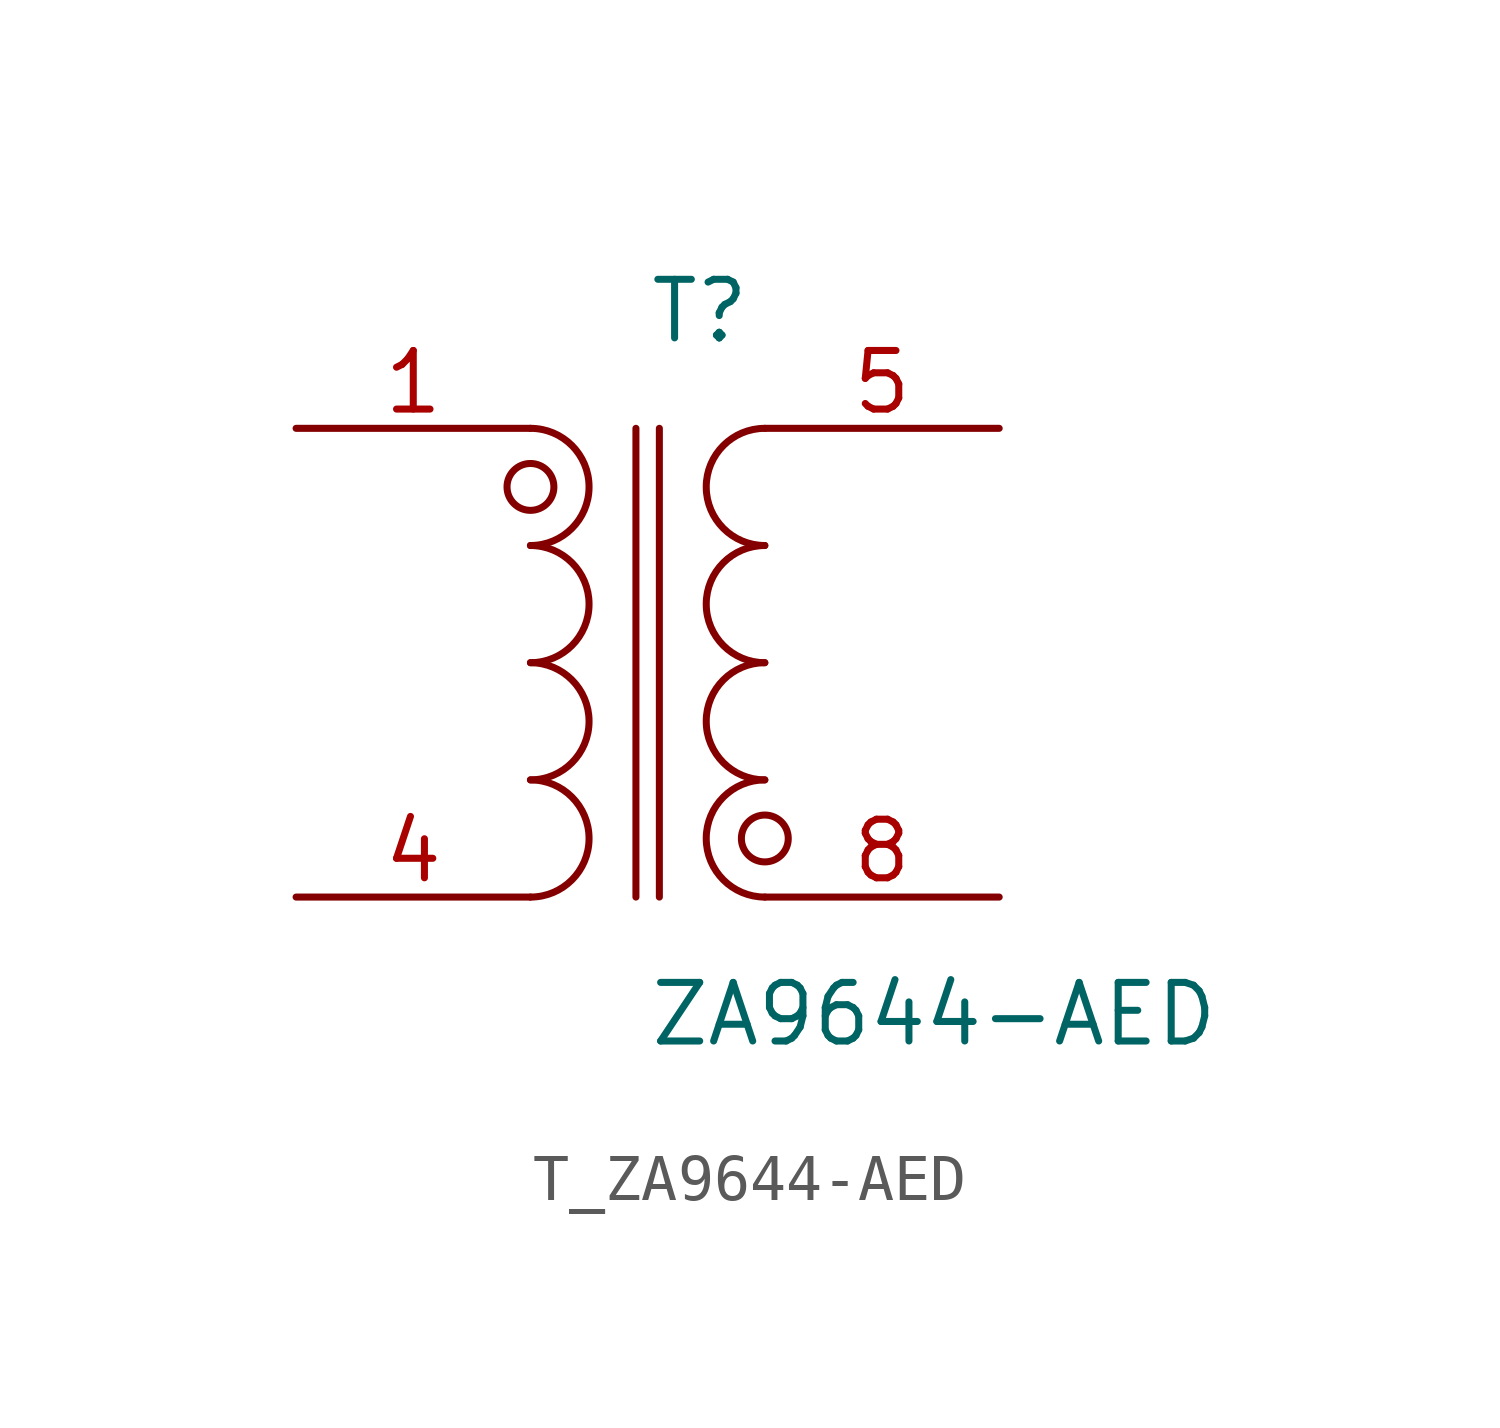
<source format=kicad_sym>
(kicad_symbol_lib
  (version 20231120)
  (generator kicad_symbol_editor)
  (generator_version 8.0)
  (symbol "T_ZA9644-AED"
    (pin_names
      (offset 0.254))
    (property "Value" "ZA9644-AED"
      (at 0 -7.62 0)
      (effects (font (size 1.27 1.27)) (justify left)))
    (property "Reference" "T"
      (at 0 7.62 0)
      (effects (font (size 1.27 1.27)) (justify left)))
    (symbol "T_ZA9644-AED_0_1"
      (arc (start -2.54 -5.08) (mid -1.27 -3.81) (end -2.54 -2.54) (stroke (width 0) (type default)) (fill (type none)))
      (arc (start -2.54 -2.54) (mid -1.27 -1.27) (end -2.54 0.0) (stroke (width 0) (type default)) (fill (type none)))
      (arc (start -2.54 0.0) (mid -1.27 1.27) (end -2.54 2.54) (stroke (width 0) (type default)) (fill (type none)))
      (arc (start -2.54 2.54) (mid -1.27 3.81) (end -2.54 5.08) (stroke (width 0) (type default)) (fill (type none)))
      (arc (start 2.54 5.08) (mid 1.27 3.81) (end 2.54 2.54) (stroke (width 0) (type default)) (fill (type none)))
      (arc (start 2.54 2.54) (mid 1.27 1.27) (end 2.54 0.0) (stroke (width 0) (type default)) (fill (type none)))
      (arc (start 2.54 0.0) (mid 1.27 -1.27) (end 2.54 -2.54) (stroke (width 0) (type default)) (fill (type none)))
      (arc (start 2.54 -2.54) (mid 1.27 -3.81) (end 2.54 -5.08) (stroke (width 0) (type default)) (fill (type none)))
      (circle (center -2.54 3.81) (radius 0.508) (stroke (width 0) (type default)) (fill (type none)))
      (circle (center 2.54 -3.81) (radius 0.508) (stroke (width 0) (type default)) (fill (type none)))
      (polyline (pts (xy -0.254 5.08) (xy -0.254 -5.08)) (stroke (width 0) (type default)) (fill (type none)))
      (polyline (pts (xy 0.254 5.08) (xy 0.254 -5.08)) (stroke (width 0) (type default)) (fill (type none)))
      (pin unspecified line (at -7.62 5.08 0) (length 5.08) (name "" (effects (font (size 1.27 1.27)))) (number "1" (effects (font (size 1.27 1.27)))))
      (pin no_connect line (at -7.62 2.54 0) (length 2.54) (name "" (effects (font (size 1.27 1.27)))) (number "2" (effects (font (size 1.27 1.27)))) hide)
      (pin no_connect line (at -7.62 -2.54 0) (length 2.54) (name "" (effects (font (size 1.27 1.27)))) (number "3" (effects (font (size 1.27 1.27)))) hide)
      (pin unspecified line (at -7.62 -5.08 0) (length 5.08) (name "" (effects (font (size 1.27 1.27)))) (number "4" (effects (font (size 1.27 1.27)))))
      (pin unspecified line (at 7.62 5.08 180) (length 5.08) (name "" (effects (font (size 1.27 1.27)))) (number "5" (effects (font (size 1.27 1.27)))))
      (pin no_connect line (at 7.62 2.54 180) (length 2.54) (name "" (effects (font (size 1.27 1.27)))) (number "6" (effects (font (size 1.27 1.27)))) hide)
      (pin no_connect line (at 7.62 -2.54 180) (length 2.54) (name "" (effects (font (size 1.27 1.27)))) (number "7" (effects (font (size 1.27 1.27)))) hide)
      (pin unspecified line (at 7.62 -5.08 180) (length 5.08) (name "" (effects (font (size 1.27 1.27)))) (number "8" (effects (font (size 1.27 1.27))))))))
</source>
